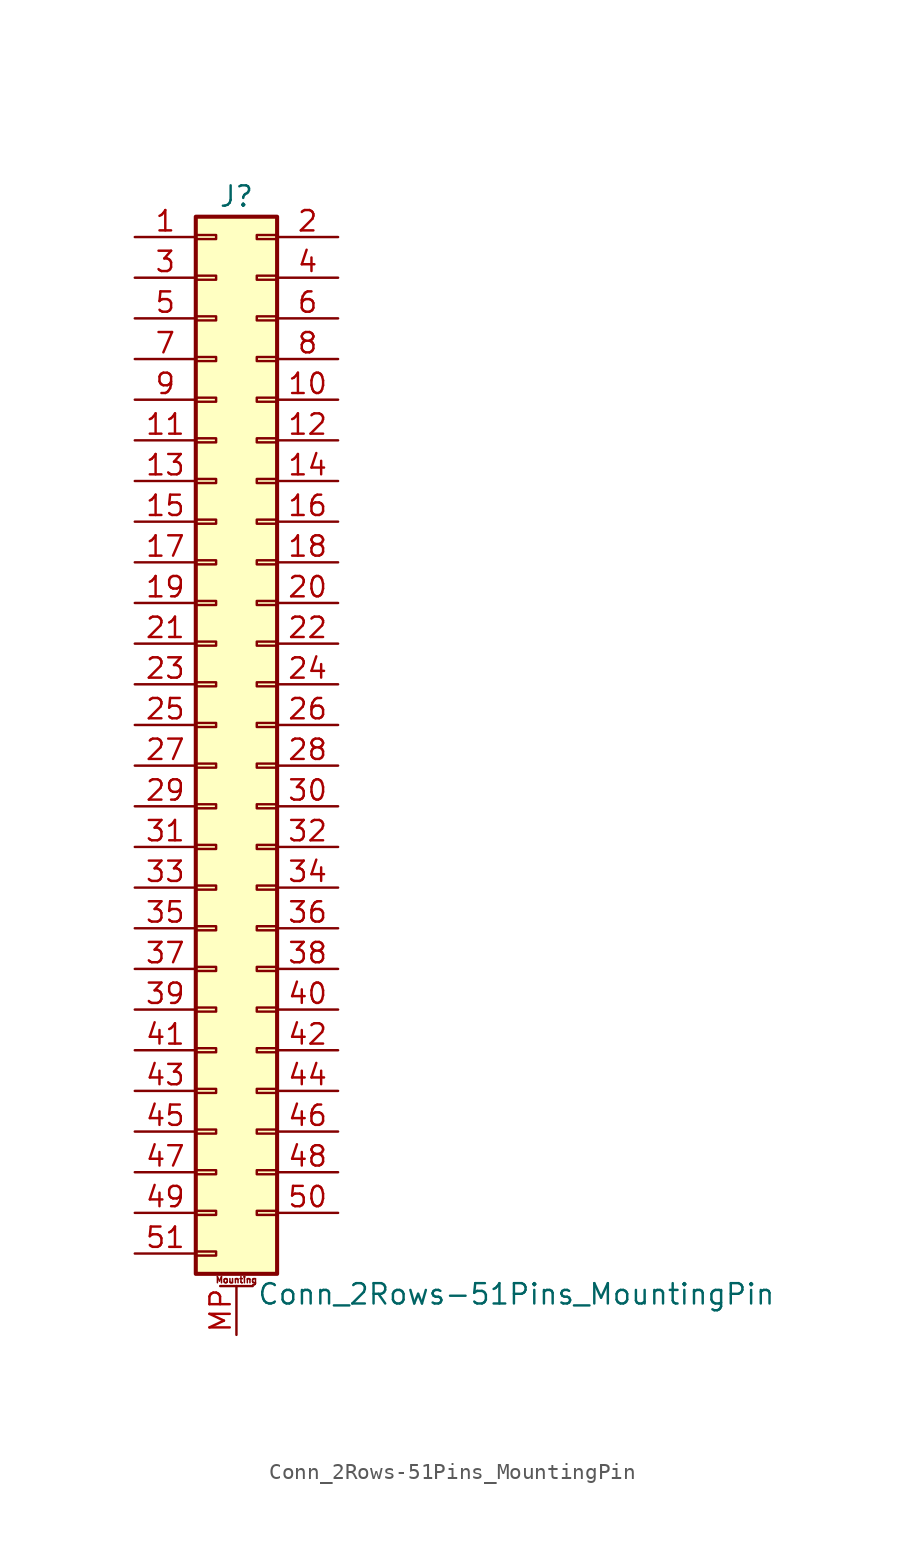
<source format=kicad_sym>
(kicad_symbol_lib
  (version 20201005)
  (generator kicad_symbol_editor)
  (symbol "Conn_2Rows-51Pins_MountingPin"
    (pin_names
      (offset 1.016) hide)
    (property "Reference" "J"
      (at 1.27 33.02 0)
      (effects (font (size 1.27 1.27))))
    (property "Value" "Conn_2Rows-51Pins_MountingPin"
      (at 2.54 -35.56 0)
      (effects (font (size 1.27 1.27)) (justify left)))
    (symbol "Conn_2Rows-51Pins_MountingPin_1_1"
      (text "Mounting" (at 1.27 -34.671 0) (effects (font (size 0.381 0.381))))
      (rectangle (start -1.27 -32.893) (end 0 -33.147) (stroke (width 0.152)) (fill (type none)))
      (rectangle (start -1.27 -30.353) (end 0 -30.607) (stroke (width 0.152)) (fill (type none)))
      (rectangle (start -1.27 -27.813) (end 0 -28.067) (stroke (width 0.152)) (fill (type none)))
      (rectangle (start -1.27 -25.273) (end 0 -25.527) (stroke (width 0.152)) (fill (type none)))
      (rectangle (start -1.27 -22.733) (end 0 -22.987) (stroke (width 0.152)) (fill (type none)))
      (rectangle (start -1.27 -20.193) (end 0 -20.447) (stroke (width 0.152)) (fill (type none)))
      (rectangle (start -1.27 -17.653) (end 0 -17.907) (stroke (width 0.152)) (fill (type none)))
      (rectangle (start -1.27 -15.113) (end 0 -15.367) (stroke (width 0.152)) (fill (type none)))
      (rectangle (start -1.27 -12.573) (end 0 -12.827) (stroke (width 0.152)) (fill (type none)))
      (rectangle (start -1.27 -10.033) (end 0 -10.287) (stroke (width 0.152)) (fill (type none)))
      (rectangle (start -1.27 -7.493) (end 0 -7.747) (stroke (width 0.152)) (fill (type none)))
      (rectangle (start -1.27 -4.953) (end 0 -5.207) (stroke (width 0.152)) (fill (type none)))
      (rectangle (start -1.27 -2.413) (end 0 -2.667) (stroke (width 0.152)) (fill (type none)))
      (rectangle (start -1.27 0.127) (end 0 -0.127) (stroke (width 0.152)) (fill (type none)))
      (rectangle (start -1.27 2.667) (end 0 2.413) (stroke (width 0.152)) (fill (type none)))
      (rectangle (start -1.27 5.207) (end 0 4.953) (stroke (width 0.152)) (fill (type none)))
      (rectangle (start -1.27 7.747) (end 0 7.493) (stroke (width 0.152)) (fill (type none)))
      (rectangle (start -1.27 10.287) (end 0 10.033) (stroke (width 0.152)) (fill (type none)))
      (rectangle (start -1.27 12.827) (end 0 12.573) (stroke (width 0.152)) (fill (type none)))
      (rectangle (start -1.27 15.367) (end 0 15.113) (stroke (width 0.152)) (fill (type none)))
      (rectangle (start -1.27 17.907) (end 0 17.653) (stroke (width 0.152)) (fill (type none)))
      (rectangle (start -1.27 20.447) (end 0 20.193) (stroke (width 0.152)) (fill (type none)))
      (rectangle (start -1.27 22.987) (end 0 22.733) (stroke (width 0.152)) (fill (type none)))
      (rectangle (start -1.27 25.527) (end 0 25.273) (stroke (width 0.152)) (fill (type none)))
      (rectangle (start -1.27 28.067) (end 0 27.813) (stroke (width 0.152)) (fill (type none)))
      (rectangle (start -1.27 30.607) (end 0 30.353) (stroke (width 0.152)) (fill (type none)))
      (rectangle (start 3.81 -30.353) (end 2.54 -30.607) (stroke (width 0.152)) (fill (type none)))
      (rectangle (start 3.81 -27.813) (end 2.54 -28.067) (stroke (width 0.152)) (fill (type none)))
      (rectangle (start 3.81 -25.273) (end 2.54 -25.527) (stroke (width 0.152)) (fill (type none)))
      (rectangle (start 3.81 -22.733) (end 2.54 -22.987) (stroke (width 0.152)) (fill (type none)))
      (rectangle (start 3.81 -20.193) (end 2.54 -20.447) (stroke (width 0.152)) (fill (type none)))
      (rectangle (start 3.81 -17.653) (end 2.54 -17.907) (stroke (width 0.152)) (fill (type none)))
      (rectangle (start 3.81 -15.113) (end 2.54 -15.367) (stroke (width 0.152)) (fill (type none)))
      (rectangle (start 3.81 -12.573) (end 2.54 -12.827) (stroke (width 0.152)) (fill (type none)))
      (rectangle (start 3.81 -10.033) (end 2.54 -10.287) (stroke (width 0.152)) (fill (type none)))
      (rectangle (start 3.81 -7.493) (end 2.54 -7.747) (stroke (width 0.152)) (fill (type none)))
      (rectangle (start 3.81 -4.953) (end 2.54 -5.207) (stroke (width 0.152)) (fill (type none)))
      (rectangle (start 3.81 -2.413) (end 2.54 -2.667) (stroke (width 0.152)) (fill (type none)))
      (rectangle (start 3.81 0.127) (end 2.54 -0.127) (stroke (width 0.152)) (fill (type none)))
      (rectangle (start 3.81 2.667) (end 2.54 2.413) (stroke (width 0.152)) (fill (type none)))
      (rectangle (start 3.81 5.207) (end 2.54 4.953) (stroke (width 0.152)) (fill (type none)))
      (rectangle (start 3.81 7.747) (end 2.54 7.493) (stroke (width 0.152)) (fill (type none)))
      (rectangle (start 3.81 10.287) (end 2.54 10.033) (stroke (width 0.152)) (fill (type none)))
      (rectangle (start 3.81 12.827) (end 2.54 12.573) (stroke (width 0.152)) (fill (type none)))
      (rectangle (start 3.81 15.367) (end 2.54 15.113) (stroke (width 0.152)) (fill (type none)))
      (rectangle (start 3.81 17.907) (end 2.54 17.653) (stroke (width 0.152)) (fill (type none)))
      (rectangle (start 3.81 20.447) (end 2.54 20.193) (stroke (width 0.152)) (fill (type none)))
      (rectangle (start 3.81 22.987) (end 2.54 22.733) (stroke (width 0.152)) (fill (type none)))
      (rectangle (start 3.81 25.527) (end 2.54 25.273) (stroke (width 0.152)) (fill (type none)))
      (rectangle (start 3.81 28.067) (end 2.54 27.813) (stroke (width 0.152)) (fill (type none)))
      (rectangle (start 3.81 30.607) (end 2.54 30.353) (stroke (width 0.152)) (fill (type none)))
      (rectangle (start -1.27 31.75) (end 3.81 -34.29) (stroke (width 0.254)) (fill (type background)))
      (polyline (pts (xy 0.254 -35.052) (xy 2.286 -35.052)) (stroke (width 0.152)) (fill (type none)))
      (pin passive line (at -5.08 30.48 0) (length 3.81) (name "Pin_1" (effects (font (size 1.27 1.27)))) (number "1" (effects (font (size 1.27 1.27)))))
      (pin passive line (at 7.62 20.32 180) (length 3.81) (name "Pin_10" (effects (font (size 1.27 1.27)))) (number "10" (effects (font (size 1.27 1.27)))))
      (pin passive line (at -5.08 17.78 0) (length 3.81) (name "Pin_11" (effects (font (size 1.27 1.27)))) (number "11" (effects (font (size 1.27 1.27)))))
      (pin passive line (at 7.62 17.78 180) (length 3.81) (name "Pin_12" (effects (font (size 1.27 1.27)))) (number "12" (effects (font (size 1.27 1.27)))))
      (pin passive line (at -5.08 15.24 0) (length 3.81) (name "Pin_13" (effects (font (size 1.27 1.27)))) (number "13" (effects (font (size 1.27 1.27)))))
      (pin passive line (at 7.62 15.24 180) (length 3.81) (name "Pin_14" (effects (font (size 1.27 1.27)))) (number "14" (effects (font (size 1.27 1.27)))))
      (pin passive line (at -5.08 12.7 0) (length 3.81) (name "Pin_15" (effects (font (size 1.27 1.27)))) (number "15" (effects (font (size 1.27 1.27)))))
      (pin passive line (at 7.62 12.7 180) (length 3.81) (name "Pin_16" (effects (font (size 1.27 1.27)))) (number "16" (effects (font (size 1.27 1.27)))))
      (pin passive line (at -5.08 10.16 0) (length 3.81) (name "Pin_17" (effects (font (size 1.27 1.27)))) (number "17" (effects (font (size 1.27 1.27)))))
      (pin passive line (at 7.62 10.16 180) (length 3.81) (name "Pin_18" (effects (font (size 1.27 1.27)))) (number "18" (effects (font (size 1.27 1.27)))))
      (pin passive line (at -5.08 7.62 0) (length 3.81) (name "Pin_19" (effects (font (size 1.27 1.27)))) (number "19" (effects (font (size 1.27 1.27)))))
      (pin passive line (at 7.62 30.48 180) (length 3.81) (name "Pin_2" (effects (font (size 1.27 1.27)))) (number "2" (effects (font (size 1.27 1.27)))))
      (pin passive line (at 7.62 7.62 180) (length 3.81) (name "Pin_20" (effects (font (size 1.27 1.27)))) (number "20" (effects (font (size 1.27 1.27)))))
      (pin passive line (at -5.08 5.08 0) (length 3.81) (name "Pin_21" (effects (font (size 1.27 1.27)))) (number "21" (effects (font (size 1.27 1.27)))))
      (pin passive line (at 7.62 5.08 180) (length 3.81) (name "Pin_22" (effects (font (size 1.27 1.27)))) (number "22" (effects (font (size 1.27 1.27)))))
      (pin passive line (at -5.08 2.54 0) (length 3.81) (name "Pin_23" (effects (font (size 1.27 1.27)))) (number "23" (effects (font (size 1.27 1.27)))))
      (pin passive line (at 7.62 2.54 180) (length 3.81) (name "Pin_24" (effects (font (size 1.27 1.27)))) (number "24" (effects (font (size 1.27 1.27)))))
      (pin passive line (at -5.08 0 0) (length 3.81) (name "Pin_25" (effects (font (size 1.27 1.27)))) (number "25" (effects (font (size 1.27 1.27)))))
      (pin passive line (at 7.62 0 180) (length 3.81) (name "Pin_26" (effects (font (size 1.27 1.27)))) (number "26" (effects (font (size 1.27 1.27)))))
      (pin passive line (at -5.08 -2.54 0) (length 3.81) (name "Pin_27" (effects (font (size 1.27 1.27)))) (number "27" (effects (font (size 1.27 1.27)))))
      (pin passive line (at 7.62 -2.54 180) (length 3.81) (name "Pin_28" (effects (font (size 1.27 1.27)))) (number "28" (effects (font (size 1.27 1.27)))))
      (pin passive line (at -5.08 -5.08 0) (length 3.81) (name "Pin_29" (effects (font (size 1.27 1.27)))) (number "29" (effects (font (size 1.27 1.27)))))
      (pin passive line (at -5.08 27.94 0) (length 3.81) (name "Pin_3" (effects (font (size 1.27 1.27)))) (number "3" (effects (font (size 1.27 1.27)))))
      (pin passive line (at 7.62 -5.08 180) (length 3.81) (name "Pin_30" (effects (font (size 1.27 1.27)))) (number "30" (effects (font (size 1.27 1.27)))))
      (pin passive line (at -5.08 -7.62 0) (length 3.81) (name "Pin_31" (effects (font (size 1.27 1.27)))) (number "31" (effects (font (size 1.27 1.27)))))
      (pin passive line (at 7.62 -7.62 180) (length 3.81) (name "Pin_32" (effects (font (size 1.27 1.27)))) (number "32" (effects (font (size 1.27 1.27)))))
      (pin passive line (at -5.08 -10.16 0) (length 3.81) (name "Pin_33" (effects (font (size 1.27 1.27)))) (number "33" (effects (font (size 1.27 1.27)))))
      (pin passive line (at 7.62 -10.16 180) (length 3.81) (name "Pin_34" (effects (font (size 1.27 1.27)))) (number "34" (effects (font (size 1.27 1.27)))))
      (pin passive line (at -5.08 -12.7 0) (length 3.81) (name "Pin_35" (effects (font (size 1.27 1.27)))) (number "35" (effects (font (size 1.27 1.27)))))
      (pin passive line (at 7.62 -12.7 180) (length 3.81) (name "Pin_36" (effects (font (size 1.27 1.27)))) (number "36" (effects (font (size 1.27 1.27)))))
      (pin passive line (at -5.08 -15.24 0) (length 3.81) (name "Pin_37" (effects (font (size 1.27 1.27)))) (number "37" (effects (font (size 1.27 1.27)))))
      (pin passive line (at 7.62 -15.24 180) (length 3.81) (name "Pin_38" (effects (font (size 1.27 1.27)))) (number "38" (effects (font (size 1.27 1.27)))))
      (pin passive line (at -5.08 -17.78 0) (length 3.81) (name "Pin_39" (effects (font (size 1.27 1.27)))) (number "39" (effects (font (size 1.27 1.27)))))
      (pin passive line (at 7.62 27.94 180) (length 3.81) (name "Pin_4" (effects (font (size 1.27 1.27)))) (number "4" (effects (font (size 1.27 1.27)))))
      (pin passive line (at 7.62 -17.78 180) (length 3.81) (name "Pin_40" (effects (font (size 1.27 1.27)))) (number "40" (effects (font (size 1.27 1.27)))))
      (pin passive line (at -5.08 -20.32 0) (length 3.81) (name "Pin_41" (effects (font (size 1.27 1.27)))) (number "41" (effects (font (size 1.27 1.27)))))
      (pin passive line (at 7.62 -20.32 180) (length 3.81) (name "Pin_42" (effects (font (size 1.27 1.27)))) (number "42" (effects (font (size 1.27 1.27)))))
      (pin passive line (at -5.08 -22.86 0) (length 3.81) (name "Pin_43" (effects (font (size 1.27 1.27)))) (number "43" (effects (font (size 1.27 1.27)))))
      (pin passive line (at 7.62 -22.86 180) (length 3.81) (name "Pin_44" (effects (font (size 1.27 1.27)))) (number "44" (effects (font (size 1.27 1.27)))))
      (pin passive line (at -5.08 -25.4 0) (length 3.81) (name "Pin_45" (effects (font (size 1.27 1.27)))) (number "45" (effects (font (size 1.27 1.27)))))
      (pin passive line (at 7.62 -25.4 180) (length 3.81) (name "Pin_46" (effects (font (size 1.27 1.27)))) (number "46" (effects (font (size 1.27 1.27)))))
      (pin passive line (at -5.08 -27.94 0) (length 3.81) (name "Pin_47" (effects (font (size 1.27 1.27)))) (number "47" (effects (font (size 1.27 1.27)))))
      (pin passive line (at 7.62 -27.94 180) (length 3.81) (name "Pin_48" (effects (font (size 1.27 1.27)))) (number "48" (effects (font (size 1.27 1.27)))))
      (pin passive line (at -5.08 -30.48 0) (length 3.81) (name "Pin_49" (effects (font (size 1.27 1.27)))) (number "49" (effects (font (size 1.27 1.27)))))
      (pin passive line (at -5.08 25.4 0) (length 3.81) (name "Pin_5" (effects (font (size 1.27 1.27)))) (number "5" (effects (font (size 1.27 1.27)))))
      (pin passive line (at 7.62 -30.48 180) (length 3.81) (name "Pin_50" (effects (font (size 1.27 1.27)))) (number "50" (effects (font (size 1.27 1.27)))))
      (pin passive line (at -5.08 -33.02 0) (length 3.81) (name "Pin_51" (effects (font (size 1.27 1.27)))) (number "51" (effects (font (size 1.27 1.27)))))
      (pin passive line (at 7.62 25.4 180) (length 3.81) (name "Pin_6" (effects (font (size 1.27 1.27)))) (number "6" (effects (font (size 1.27 1.27)))))
      (pin passive line (at -5.08 22.86 0) (length 3.81) (name "Pin_7" (effects (font (size 1.27 1.27)))) (number "7" (effects (font (size 1.27 1.27)))))
      (pin passive line (at 7.62 22.86 180) (length 3.81) (name "Pin_8" (effects (font (size 1.27 1.27)))) (number "8" (effects (font (size 1.27 1.27)))))
      (pin passive line (at -5.08 20.32 0) (length 3.81) (name "Pin_9" (effects (font (size 1.27 1.27)))) (number "9" (effects (font (size 1.27 1.27)))))
      (pin passive line (at 1.27 -38.1 90) (length 3.048) (name "MountPin" (effects (font (size 1.27 1.27)))) (number "MP" (effects (font (size 1.27 1.27))))))))
</source>
